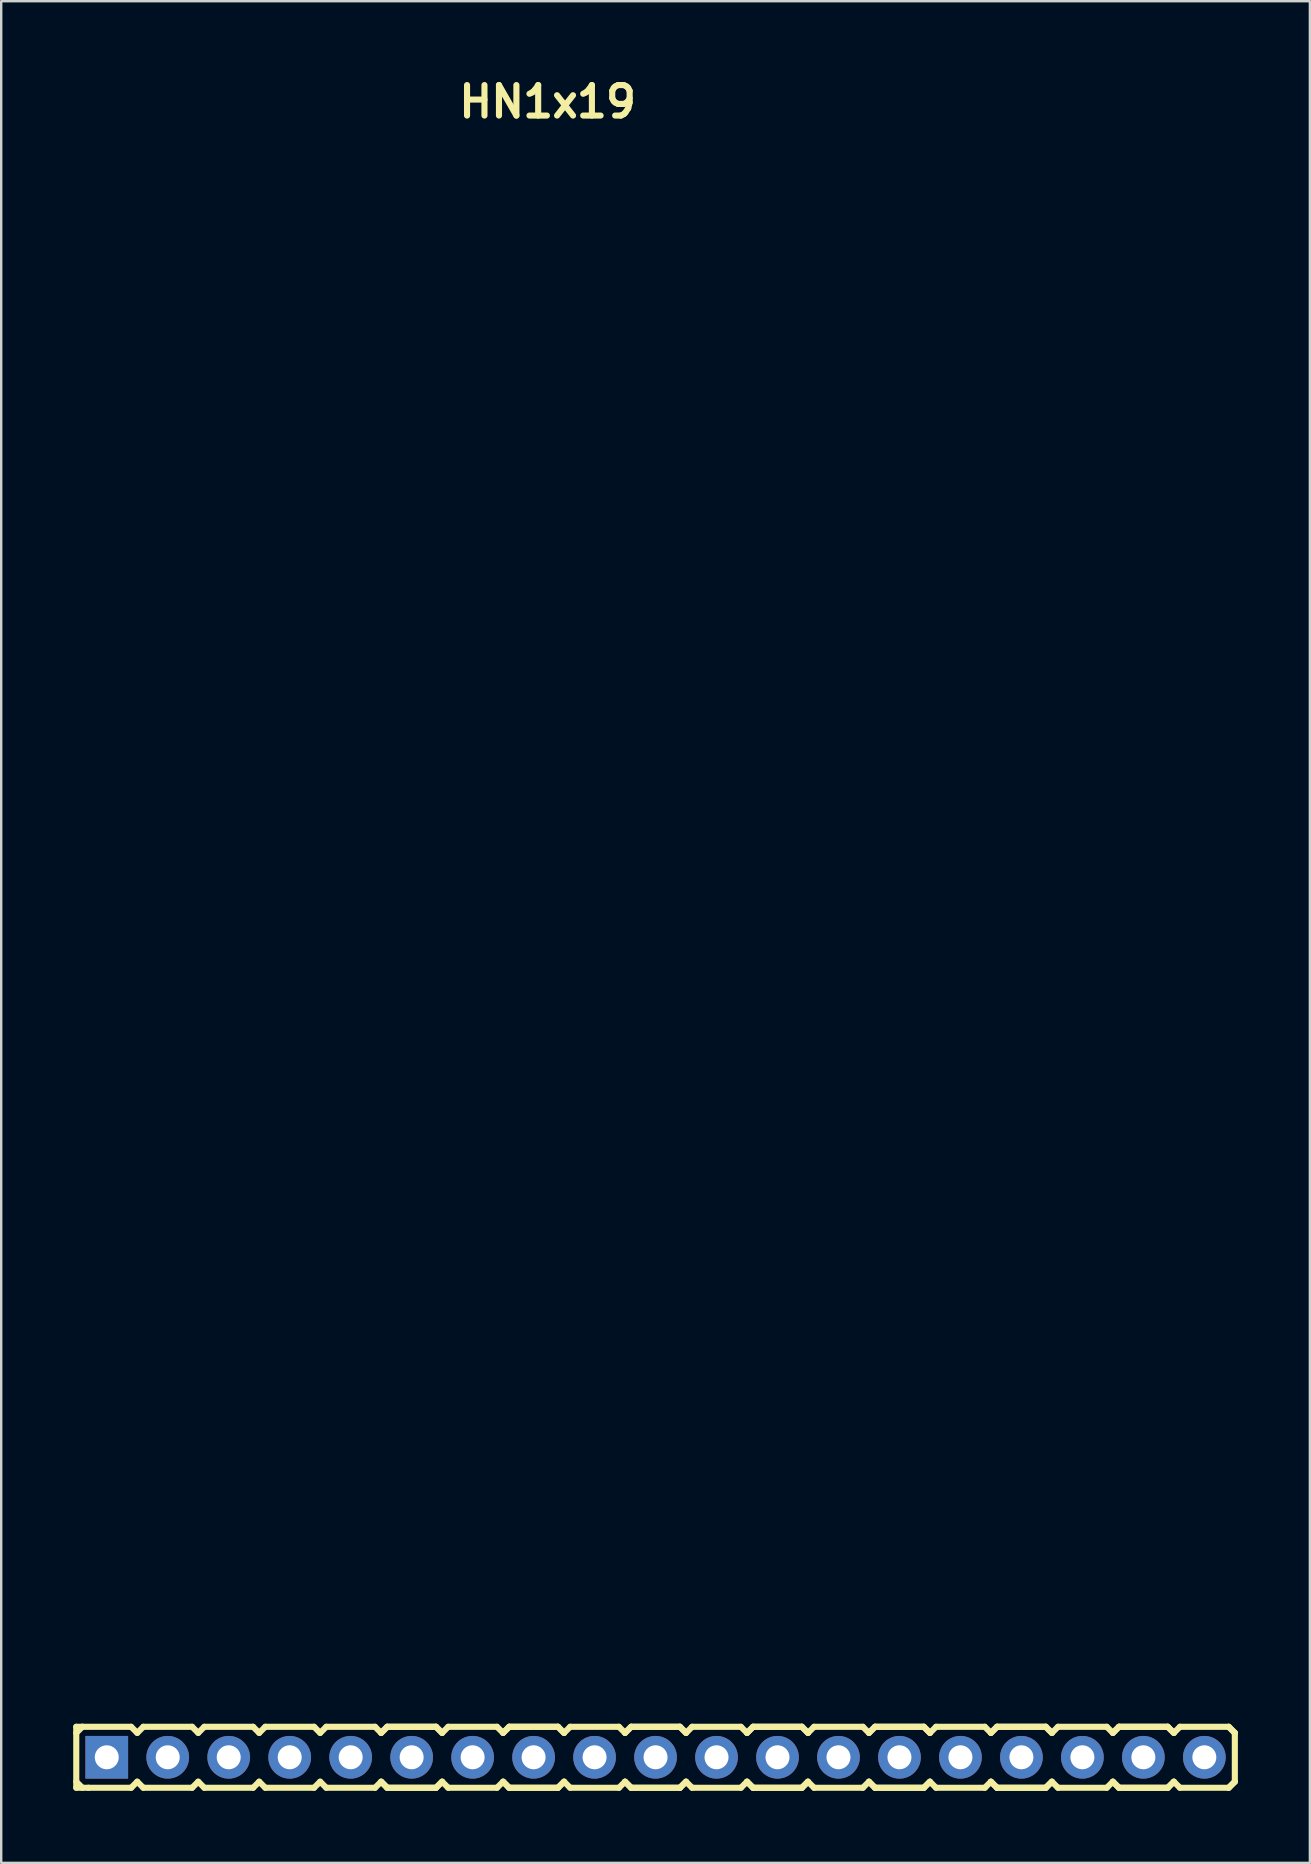
<source format=kicad_pcb>
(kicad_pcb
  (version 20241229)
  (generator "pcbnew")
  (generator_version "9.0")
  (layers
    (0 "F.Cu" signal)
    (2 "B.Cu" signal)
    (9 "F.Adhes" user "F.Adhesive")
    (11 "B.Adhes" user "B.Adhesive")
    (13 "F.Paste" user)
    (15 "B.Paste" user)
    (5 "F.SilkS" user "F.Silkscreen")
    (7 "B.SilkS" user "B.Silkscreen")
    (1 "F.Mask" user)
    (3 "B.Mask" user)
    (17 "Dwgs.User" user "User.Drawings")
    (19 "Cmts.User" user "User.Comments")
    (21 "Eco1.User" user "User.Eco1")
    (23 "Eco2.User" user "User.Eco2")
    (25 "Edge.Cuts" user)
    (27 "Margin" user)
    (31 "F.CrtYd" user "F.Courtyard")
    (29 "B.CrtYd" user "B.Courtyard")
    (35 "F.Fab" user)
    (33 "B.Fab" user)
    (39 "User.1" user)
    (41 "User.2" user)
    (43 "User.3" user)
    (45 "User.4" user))
  (footprint "HN1x19"
    (layer "F.Cu")
    (at 22.987 70.15)
    (property "Reference" "HN1x19" (at -3.226 -68.961 0) (unlocked yes) (layer "F.SilkS") (effects (font (size 1.27 1.27) (thickness 0.254))))
    (attr smd)
    (fp_line (start -22.86 -1.27) (end -22.86 1.27) (stroke (width 0.254) (type solid)) (layer "F.SilkS"))
    (fp_line (start -22.86 -1.27) (end -22.606 -1.27) (stroke (width 0.254) (type solid)) (layer "F.SilkS"))
    (fp_line (start -22.86 -1.016) (end -22.606 -1.27) (stroke (width 0.254) (type solid)) (layer "F.SilkS"))
    (fp_line (start -22.606 -1.27) (end -20.574 -1.27) (stroke (width 0.254) (type solid)) (layer "F.SilkS"))
    (fp_line (start -22.606 1.27) (end -22.86 1.016) (stroke (width 0.254) (type solid)) (layer "F.SilkS"))
    (fp_line (start -22.352 1.27) (end -22.86 1.27) (stroke (width 0.254) (type solid)) (layer "F.SilkS"))
    (fp_line (start -20.574 -1.27) (end -20.32 -1.016) (stroke (width 0.254) (type solid)) (layer "F.SilkS"))
    (fp_line (start -20.574 1.27) (end -22.352 1.27) (stroke (width 0.254) (type solid)) (layer "F.SilkS"))
    (fp_line (start -20.32 -1.016) (end -20.066 -1.27) (stroke (width 0.254) (type solid)) (layer "F.SilkS"))
    (fp_line (start -20.32 1.016) (end -20.574 1.27) (stroke (width 0.254) (type solid)) (layer "F.SilkS"))
    (fp_line (start -20.066 -1.27) (end -18.034 -1.27) (stroke (width 0.254) (type solid)) (layer "F.SilkS"))
    (fp_line (start -20.066 1.27) (end -20.32 1.016) (stroke (width 0.254) (type solid)) (layer "F.SilkS"))
    (fp_line (start -18.034 -1.27) (end -17.78 -1.016) (stroke (width 0.254) (type solid)) (layer "F.SilkS"))
    (fp_line (start -18.034 1.27) (end -20.066 1.27) (stroke (width 0.254) (type solid)) (layer "F.SilkS"))
    (fp_line (start -18.034 1.27) (end -17.78 1.016) (stroke (width 0.254) (type solid)) (layer "F.SilkS"))
    (fp_line (start -17.78 -1.016) (end -17.526 -1.27) (stroke (width 0.254) (type solid)) (layer "F.SilkS"))
    (fp_line (start -17.78 1.016) (end -17.526 1.27) (stroke (width 0.254) (type solid)) (layer "F.SilkS"))
    (fp_line (start -17.526 -1.27) (end -15.494 -1.27) (stroke (width 0.254) (type solid)) (layer "F.SilkS"))
    (fp_line (start -15.494 -1.27) (end -15.24 -1.016) (stroke (width 0.254) (type solid)) (layer "F.SilkS"))
    (fp_line (start -15.494 1.27) (end -17.526 1.27) (stroke (width 0.254) (type solid)) (layer "F.SilkS"))
    (fp_line (start -15.24 -1.016) (end -14.986 -1.27) (stroke (width 0.254) (type solid)) (layer "F.SilkS"))
    (fp_line (start -15.24 1.016) (end -15.494 1.27) (stroke (width 0.254) (type solid)) (layer "F.SilkS"))
    (fp_line (start -14.986 -1.27) (end -12.954 -1.27) (stroke (width 0.254) (type solid)) (layer "F.SilkS"))
    (fp_line (start -14.986 1.27) (end -15.24 1.016) (stroke (width 0.254) (type solid)) (layer "F.SilkS"))
    (fp_line (start -12.954 -1.27) (end -12.7 -1.016) (stroke (width 0.254) (type solid)) (layer "F.SilkS"))
    (fp_line (start -12.954 1.27) (end -14.986 1.27) (stroke (width 0.254) (type solid)) (layer "F.SilkS"))
    (fp_line (start -12.7 -1.016) (end -12.446 -1.27) (stroke (width 0.254) (type solid)) (layer "F.SilkS"))
    (fp_line (start -12.7 1.016) (end -12.954 1.27) (stroke (width 0.254) (type solid)) (layer "F.SilkS"))
    (fp_line (start -12.446 -1.27) (end -10.414 -1.27) (stroke (width 0.254) (type solid)) (layer "F.SilkS"))
    (fp_line (start -12.446 1.27) (end -12.7 1.016) (stroke (width 0.254) (type solid)) (layer "F.SilkS"))
    (fp_line (start -10.414 -1.27) (end -10.16 -1.016) (stroke (width 0.254) (type solid)) (layer "F.SilkS"))
    (fp_line (start -10.414 1.27) (end -12.446 1.27) (stroke (width 0.254) (type solid)) (layer "F.SilkS"))
    (fp_line (start -10.16 -1.016) (end -9.906 -1.27) (stroke (width 0.254) (type solid)) (layer "F.SilkS"))
    (fp_line (start -10.16 -1.016) (end -9.906 -1.27) (stroke (width 0.254) (type solid)) (layer "F.SilkS"))
    (fp_line (start -10.16 1.016) (end -10.414 1.27) (stroke (width 0.254) (type solid)) (layer "F.SilkS"))
    (fp_line (start -9.906 -1.27) (end -7.874 -1.27) (stroke (width 0.254) (type solid)) (layer "F.SilkS"))
    (fp_line (start -9.906 -1.27) (end -7.874 -1.27) (stroke (width 0.254) (type solid)) (layer "F.SilkS"))
    (fp_line (start -9.906 1.27) (end -10.16 1.016) (stroke (width 0.254) (type solid)) (layer "F.SilkS"))
    (fp_line (start -9.906 1.27) (end -10.16 1.016) (stroke (width 0.254) (type solid)) (layer "F.SilkS"))
    (fp_line (start -7.874 -1.27) (end -7.62 -1.016) (stroke (width 0.254) (type solid)) (layer "F.SilkS"))
    (fp_line (start -7.874 -1.27) (end -7.62 -1.016) (stroke (width 0.254) (type solid)) (layer "F.SilkS"))
    (fp_line (start -7.874 1.27) (end -9.906 1.27) (stroke (width 0.254) (type solid)) (layer "F.SilkS"))
    (fp_line (start -7.874 1.27) (end -9.906 1.27) (stroke (width 0.254) (type solid)) (layer "F.SilkS"))
    (fp_line (start -7.62 -1.016) (end -7.366 -1.27) (stroke (width 0.254) (type solid)) (layer "F.SilkS"))
    (fp_line (start -7.62 1.016) (end -7.874 1.27) (stroke (width 0.254) (type solid)) (layer "F.SilkS"))
    (fp_line (start -7.62 1.016) (end -7.874 1.27) (stroke (width 0.254) (type solid)) (layer "F.SilkS"))
    (fp_line (start -7.366 -1.27) (end -5.334 -1.27) (stroke (width 0.254) (type solid)) (layer "F.SilkS"))
    (fp_line (start -7.366 1.27) (end -7.62 1.016) (stroke (width 0.254) (type solid)) (layer "F.SilkS"))
    (fp_line (start -5.334 -1.27) (end -5.08 -1.016) (stroke (width 0.254) (type solid)) (layer "F.SilkS"))
    (fp_line (start -5.334 1.27) (end -7.366 1.27) (stroke (width 0.254) (type solid)) (layer "F.SilkS"))
    (fp_line (start -5.08 -1.016) (end -4.826 -1.27) (stroke (width 0.254) (type solid)) (layer "F.SilkS"))
    (fp_line (start -5.08 -1.016) (end -4.826 -1.27) (stroke (width 0.254) (type solid)) (layer "F.SilkS"))
    (fp_line (start -5.08 1.016) (end -5.334 1.27) (stroke (width 0.254) (type solid)) (layer "F.SilkS"))
    (fp_line (start -4.826 -1.27) (end -2.794 -1.27) (stroke (width 0.254) (type solid)) (layer "F.SilkS"))
    (fp_line (start -4.826 -1.27) (end -2.794 -1.27) (stroke (width 0.254) (type solid)) (layer "F.SilkS"))
    (fp_line (start -4.826 1.27) (end -5.08 1.016) (stroke (width 0.254) (type solid)) (layer "F.SilkS"))
    (fp_line (start -4.826 1.27) (end -5.08 1.016) (stroke (width 0.254) (type solid)) (layer "F.SilkS"))
    (fp_line (start -2.794 -1.27) (end -2.54 -1.016) (stroke (width 0.254) (type solid)) (layer "F.SilkS"))
    (fp_line (start -2.794 -1.27) (end -2.54 -1.016) (stroke (width 0.254) (type solid)) (layer "F.SilkS"))
    (fp_line (start -2.794 1.27) (end -4.826 1.27) (stroke (width 0.254) (type solid)) (layer "F.SilkS"))
    (fp_line (start -2.794 1.27) (end -4.826 1.27) (stroke (width 0.254) (type solid)) (layer "F.SilkS"))
    (fp_line (start -2.54 -1.016) (end -2.286 -1.27) (stroke (width 0.254) (type solid)) (layer "F.SilkS"))
    (fp_line (start -2.54 1.016) (end -2.794 1.27) (stroke (width 0.254) (type solid)) (layer "F.SilkS"))
    (fp_line (start -2.54 1.016) (end -2.794 1.27) (stroke (width 0.254) (type solid)) (layer "F.SilkS"))
    (fp_line (start -2.286 -1.27) (end -0.254 -1.27) (stroke (width 0.254) (type solid)) (layer "F.SilkS"))
    (fp_line (start -2.286 1.27) (end -2.54 1.016) (stroke (width 0.254) (type solid)) (layer "F.SilkS"))
    (fp_line (start -0.254 -1.27) (end 0 -1.016) (stroke (width 0.254) (type solid)) (layer "F.SilkS"))
    (fp_line (start -0.254 1.27) (end -2.286 1.27) (stroke (width 0.254) (type solid)) (layer "F.SilkS"))
    (fp_line (start 0 -1.016) (end 0.254 -1.27) (stroke (width 0.254) (type solid)) (layer "F.SilkS"))
    (fp_line (start 0 -1.016) (end 0.254 -1.27) (stroke (width 0.254) (type solid)) (layer "F.SilkS"))
    (fp_line (start 0 1.016) (end -0.254 1.27) (stroke (width 0.254) (type solid)) (layer "F.SilkS"))
    (fp_line (start 0.254 -1.27) (end 2.286 -1.27) (stroke (width 0.254) (type solid)) (layer "F.SilkS"))
    (fp_line (start 0.254 -1.27) (end 2.286 -1.27) (stroke (width 0.254) (type solid)) (layer "F.SilkS"))
    (fp_line (start 0.254 1.27) (end 0 1.016) (stroke (width 0.254) (type solid)) (layer "F.SilkS"))
    (fp_line (start 0.254 1.27) (end 0 1.016) (stroke (width 0.254) (type solid)) (layer "F.SilkS"))
    (fp_line (start 2.286 -1.27) (end 2.54 -1.016) (stroke (width 0.254) (type solid)) (layer "F.SilkS"))
    (fp_line (start 2.286 -1.27) (end 2.54 -1.016) (stroke (width 0.254) (type solid)) (layer "F.SilkS"))
    (fp_line (start 2.286 1.27) (end 0.254 1.27) (stroke (width 0.254) (type solid)) (layer "F.SilkS"))
    (fp_line (start 2.286 1.27) (end 0.254 1.27) (stroke (width 0.254) (type solid)) (layer "F.SilkS"))
    (fp_line (start 2.54 -1.016) (end 2.794 -1.27) (stroke (width 0.254) (type solid)) (layer "F.SilkS"))
    (fp_line (start 2.54 1.016) (end 2.286 1.27) (stroke (width 0.254) (type solid)) (layer "F.SilkS"))
    (fp_line (start 2.54 1.016) (end 2.286 1.27) (stroke (width 0.254) (type solid)) (layer "F.SilkS"))
    (fp_line (start 2.794 -1.27) (end 4.826 -1.27) (stroke (width 0.254) (type solid)) (layer "F.SilkS"))
    (fp_line (start 2.794 1.27) (end 2.54 1.016) (stroke (width 0.254) (type solid)) (layer "F.SilkS"))
    (fp_line (start 4.826 -1.27) (end 5.08 -1.016) (stroke (width 0.254) (type solid)) (layer "F.SilkS"))
    (fp_line (start 4.826 1.27) (end 2.794 1.27) (stroke (width 0.254) (type solid)) (layer "F.SilkS"))
    (fp_line (start 5.08 -1.016) (end 5.334 -1.27) (stroke (width 0.254) (type solid)) (layer "F.SilkS"))
    (fp_line (start 5.08 -1.016) (end 5.334 -1.27) (stroke (width 0.254) (type solid)) (layer "F.SilkS"))
    (fp_line (start 5.08 1.016) (end 4.826 1.27) (stroke (width 0.254) (type solid)) (layer "F.SilkS"))
    (fp_line (start 5.334 -1.27) (end 7.366 -1.27) (stroke (width 0.254) (type solid)) (layer "F.SilkS"))
    (fp_line (start 5.334 -1.27) (end 7.366 -1.27) (stroke (width 0.254) (type solid)) (layer "F.SilkS"))
    (fp_line (start 5.334 1.27) (end 5.08 1.016) (stroke (width 0.254) (type solid)) (layer "F.SilkS"))
    (fp_line (start 5.334 1.27) (end 5.08 1.016) (stroke (width 0.254) (type solid)) (layer "F.SilkS"))
    (fp_line (start 7.366 -1.27) (end 7.62 -1.016) (stroke (width 0.254) (type solid)) (layer "F.SilkS"))
    (fp_line (start 7.366 -1.27) (end 7.62 -1.016) (stroke (width 0.254) (type solid)) (layer "F.SilkS"))
    (fp_line (start 7.366 1.27) (end 5.334 1.27) (stroke (width 0.254) (type solid)) (layer "F.SilkS"))
    (fp_line (start 7.366 1.27) (end 5.334 1.27) (stroke (width 0.254) (type solid)) (layer "F.SilkS"))
    (fp_line (start 7.62 -1.016) (end 7.874 -1.27) (stroke (width 0.254) (type solid)) (layer "F.SilkS"))
    (fp_line (start 7.62 1.016) (end 7.366 1.27) (stroke (width 0.254) (type solid)) (layer "F.SilkS"))
    (fp_line (start 7.62 1.016) (end 7.366 1.27) (stroke (width 0.254) (type solid)) (layer "F.SilkS"))
    (fp_line (start 7.874 -1.27) (end 9.906 -1.27) (stroke (width 0.254) (type solid)) (layer "F.SilkS"))
    (fp_line (start 7.874 1.27) (end 7.62 1.016) (stroke (width 0.254) (type solid)) (layer "F.SilkS"))
    (fp_line (start 9.906 -1.27) (end 10.16 -1.016) (stroke (width 0.254) (type solid)) (layer "F.SilkS"))
    (fp_line (start 9.906 1.27) (end 7.874 1.27) (stroke (width 0.254) (type solid)) (layer "F.SilkS"))
    (fp_line (start 10.16 -1.016) (end 10.414 -1.27) (stroke (width 0.254) (type solid)) (layer "F.SilkS"))
    (fp_line (start 10.16 -1.016) (end 10.414 -1.27) (stroke (width 0.254) (type solid)) (layer "F.SilkS"))
    (fp_line (start 10.16 1.016) (end 9.906 1.27) (stroke (width 0.254) (type solid)) (layer "F.SilkS"))
    (fp_line (start 10.414 -1.27) (end 12.446 -1.27) (stroke (width 0.254) (type solid)) (layer "F.SilkS"))
    (fp_line (start 10.414 -1.27) (end 12.446 -1.27) (stroke (width 0.254) (type solid)) (layer "F.SilkS"))
    (fp_line (start 10.414 1.27) (end 10.16 1.016) (stroke (width 0.254) (type solid)) (layer "F.SilkS"))
    (fp_line (start 10.414 1.27) (end 10.16 1.016) (stroke (width 0.254) (type solid)) (layer "F.SilkS"))
    (fp_line (start 12.446 -1.27) (end 12.7 -1.016) (stroke (width 0.254) (type solid)) (layer "F.SilkS"))
    (fp_line (start 12.446 -1.27) (end 12.7 -1.016) (stroke (width 0.254) (type solid)) (layer "F.SilkS"))
    (fp_line (start 12.446 1.27) (end 10.414 1.27) (stroke (width 0.254) (type solid)) (layer "F.SilkS"))
    (fp_line (start 12.446 1.27) (end 10.414 1.27) (stroke (width 0.254) (type solid)) (layer "F.SilkS"))
    (fp_line (start 12.7 -1.016) (end 12.954 -1.27) (stroke (width 0.254) (type solid)) (layer "F.SilkS"))
    (fp_line (start 12.7 1.016) (end 12.446 1.27) (stroke (width 0.254) (type solid)) (layer "F.SilkS"))
    (fp_line (start 12.7 1.016) (end 12.446 1.27) (stroke (width 0.254) (type solid)) (layer "F.SilkS"))
    (fp_line (start 12.954 -1.27) (end 14.986 -1.27) (stroke (width 0.254) (type solid)) (layer "F.SilkS"))
    (fp_line (start 12.954 1.27) (end 12.7 1.016) (stroke (width 0.254) (type solid)) (layer "F.SilkS"))
    (fp_line (start 14.986 -1.27) (end 15.24 -1.016) (stroke (width 0.254) (type solid)) (layer "F.SilkS"))
    (fp_line (start 14.986 1.27) (end 12.954 1.27) (stroke (width 0.254) (type solid)) (layer "F.SilkS"))
    (fp_line (start 15.24 -1.016) (end 15.494 -1.27) (stroke (width 0.254) (type solid)) (layer "F.SilkS"))
    (fp_line (start 15.24 -1.016) (end 15.494 -1.27) (stroke (width 0.254) (type solid)) (layer "F.SilkS"))
    (fp_line (start 15.24 1.016) (end 14.986 1.27) (stroke (width 0.254) (type solid)) (layer "F.SilkS"))
    (fp_line (start 15.494 -1.27) (end 17.526 -1.27) (stroke (width 0.254) (type solid)) (layer "F.SilkS"))
    (fp_line (start 15.494 -1.27) (end 17.526 -1.27) (stroke (width 0.254) (type solid)) (layer "F.SilkS"))
    (fp_line (start 15.494 1.27) (end 15.24 1.016) (stroke (width 0.254) (type solid)) (layer "F.SilkS"))
    (fp_line (start 15.494 1.27) (end 15.24 1.016) (stroke (width 0.254) (type solid)) (layer "F.SilkS"))
    (fp_line (start 17.526 -1.27) (end 17.78 -1.016) (stroke (width 0.254) (type solid)) (layer "F.SilkS"))
    (fp_line (start 17.526 -1.27) (end 17.78 -1.016) (stroke (width 0.254) (type solid)) (layer "F.SilkS"))
    (fp_line (start 17.526 1.27) (end 15.494 1.27) (stroke (width 0.254) (type solid)) (layer "F.SilkS"))
    (fp_line (start 17.526 1.27) (end 15.494 1.27) (stroke (width 0.254) (type solid)) (layer "F.SilkS"))
    (fp_line (start 17.78 -1.016) (end 18.034 -1.27) (stroke (width 0.254) (type solid)) (layer "F.SilkS"))
    (fp_line (start 17.78 1.016) (end 17.526 1.27) (stroke (width 0.254) (type solid)) (layer "F.SilkS"))
    (fp_line (start 17.78 1.016) (end 17.526 1.27) (stroke (width 0.254) (type solid)) (layer "F.SilkS"))
    (fp_line (start 18.034 -1.27) (end 20.066 -1.27) (stroke (width 0.254) (type solid)) (layer "F.SilkS"))
    (fp_line (start 18.034 1.27) (end 17.78 1.016) (stroke (width 0.254) (type solid)) (layer "F.SilkS"))
    (fp_line (start 20.066 -1.27) (end 20.32 -1.016) (stroke (width 0.254) (type solid)) (layer "F.SilkS"))
    (fp_line (start 20.066 1.27) (end 18.034 1.27) (stroke (width 0.254) (type solid)) (layer "F.SilkS"))
    (fp_line (start 20.32 -1.016) (end 20.574 -1.27) (stroke (width 0.254) (type solid)) (layer "F.SilkS"))
    (fp_line (start 20.32 -1.016) (end 20.574 -1.27) (stroke (width 0.254) (type solid)) (layer "F.SilkS"))
    (fp_line (start 20.32 1.016) (end 20.066 1.27) (stroke (width 0.254) (type solid)) (layer "F.SilkS"))
    (fp_line (start 20.574 -1.27) (end 22.606 -1.27) (stroke (width 0.254) (type solid)) (layer "F.SilkS"))
    (fp_line (start 20.574 -1.27) (end 22.606 -1.27) (stroke (width 0.254) (type solid)) (layer "F.SilkS"))
    (fp_line (start 20.574 1.27) (end 20.32 1.016) (stroke (width 0.254) (type solid)) (layer "F.SilkS"))
    (fp_line (start 20.574 1.27) (end 20.32 1.016) (stroke (width 0.254) (type solid)) (layer "F.SilkS"))
    (fp_line (start 22.606 -1.27) (end 22.86 -1.016) (stroke (width 0.254) (type solid)) (layer "F.SilkS"))
    (fp_line (start 22.606 -1.27) (end 22.86 -1.016) (stroke (width 0.254) (type solid)) (layer "F.SilkS"))
    (fp_line (start 22.606 1.27) (end 20.574 1.27) (stroke (width 0.254) (type solid)) (layer "F.SilkS"))
    (fp_line (start 22.606 1.27) (end 20.574 1.27) (stroke (width 0.254) (type solid)) (layer "F.SilkS"))
    (fp_line (start 22.86 -1.016) (end 23.114 -1.27) (stroke (width 0.254) (type solid)) (layer "F.SilkS"))
    (fp_line (start 22.86 1.016) (end 22.606 1.27) (stroke (width 0.254) (type solid)) (layer "F.SilkS"))
    (fp_line (start 22.86 1.016) (end 22.606 1.27) (stroke (width 0.254) (type solid)) (layer "F.SilkS"))
    (fp_line (start 23.114 -1.27) (end 25.146 -1.27) (stroke (width 0.254) (type solid)) (layer "F.SilkS"))
    (fp_line (start 23.114 1.27) (end 22.86 1.016) (stroke (width 0.254) (type solid)) (layer "F.SilkS"))
    (fp_line (start 25.146 -1.27) (end 25.4 -1.016) (stroke (width 0.254) (type solid)) (layer "F.SilkS"))
    (fp_line (start 25.146 -1.27) (end 25.4 -1.016) (stroke (width 0.254) (type solid)) (layer "F.SilkS"))
    (fp_line (start 25.146 1.27) (end 23.114 1.27) (stroke (width 0.254) (type solid)) (layer "F.SilkS"))
    (fp_line (start 25.4 -1.016) (end 25.4 1.016) (stroke (width 0.254) (type solid)) (layer "F.SilkS"))
    (fp_line (start 25.4 1.016) (end 25.146 1.27) (stroke (width 0.254) (type solid)) (layer "F.SilkS"))
    (fp_line (start 25.4 1.016) (end 25.146 1.27) (stroke (width 0.254) (type solid)) (layer "F.SilkS"))
    (pad "1" thru_hole rect (at -21.59 0) (size 1.778 1.778) (drill 1) (layers "*.Cu" "*.Mask"))
    (pad "2" thru_hole circle (at -19.05 0) (size 1.778 1.778) (drill 1) (layers "*.Cu" "*.Mask"))
    (pad "3" thru_hole circle (at -16.51 0) (size 1.778 1.778) (drill 1) (layers "*.Cu" "*.Mask"))
    (pad "4" thru_hole circle (at -13.97 0) (size 1.778 1.778) (drill 1) (layers "*.Cu" "*.Mask"))
    (pad "5" thru_hole circle (at -11.43 0) (size 1.778 1.778) (drill 1) (layers "*.Cu" "*.Mask"))
    (pad "6" thru_hole circle (at -8.89 0) (size 1.778 1.778) (drill 1) (layers "*.Cu" "*.Mask"))
    (pad "7" thru_hole circle (at -6.35 0) (size 1.778 1.778) (drill 1) (layers "*.Cu" "*.Mask"))
    (pad "8" thru_hole circle (at -3.81 0) (size 1.778 1.778) (drill 1) (layers "*.Cu" "*.Mask"))
    (pad "9" thru_hole circle (at -1.27 0) (size 1.778 1.778) (drill 1) (layers "*.Cu" "*.Mask"))
    (pad "10" thru_hole circle (at 1.27 0) (size 1.778 1.778) (drill 1) (layers "*.Cu" "*.Mask"))
    (pad "11" thru_hole circle (at 3.81 0) (size 1.778 1.778) (drill 1) (layers "*.Cu" "*.Mask"))
    (pad "12" thru_hole circle (at 6.35 0) (size 1.778 1.778) (drill 1) (layers "*.Cu" "*.Mask"))
    (pad "13" thru_hole circle (at 8.89 0) (size 1.778 1.778) (drill 1) (layers "*.Cu" "*.Mask"))
    (pad "14" thru_hole circle (at 11.43 0) (size 1.778 1.778) (drill 1) (layers "*.Cu" "*.Mask"))
    (pad "15" thru_hole circle (at 13.97 0) (size 1.778 1.778) (drill 1) (layers "*.Cu" "*.Mask"))
    (pad "16" thru_hole circle (at 16.51 0) (size 1.778 1.778) (drill 1) (layers "*.Cu" "*.Mask"))
    (pad "17" thru_hole circle (at 19.05 0) (size 1.778 1.778) (drill 1) (layers "*.Cu" "*.Mask"))
    (pad "18" thru_hole circle (at 21.59 0) (size 1.778 1.778) (drill 1) (layers "*.Cu" "*.Mask"))
    (pad "19" thru_hole circle (at 24.13 0) (size 1.778 1.778) (drill 1) (layers "*.Cu" "*.Mask")))
  (gr_rect
    (start -3 -3)
    (end 51.514 74.547)
    (stroke (width 0.1) (type default))
    (fill no)
    (layer "Edge.Cuts")))
</source>
